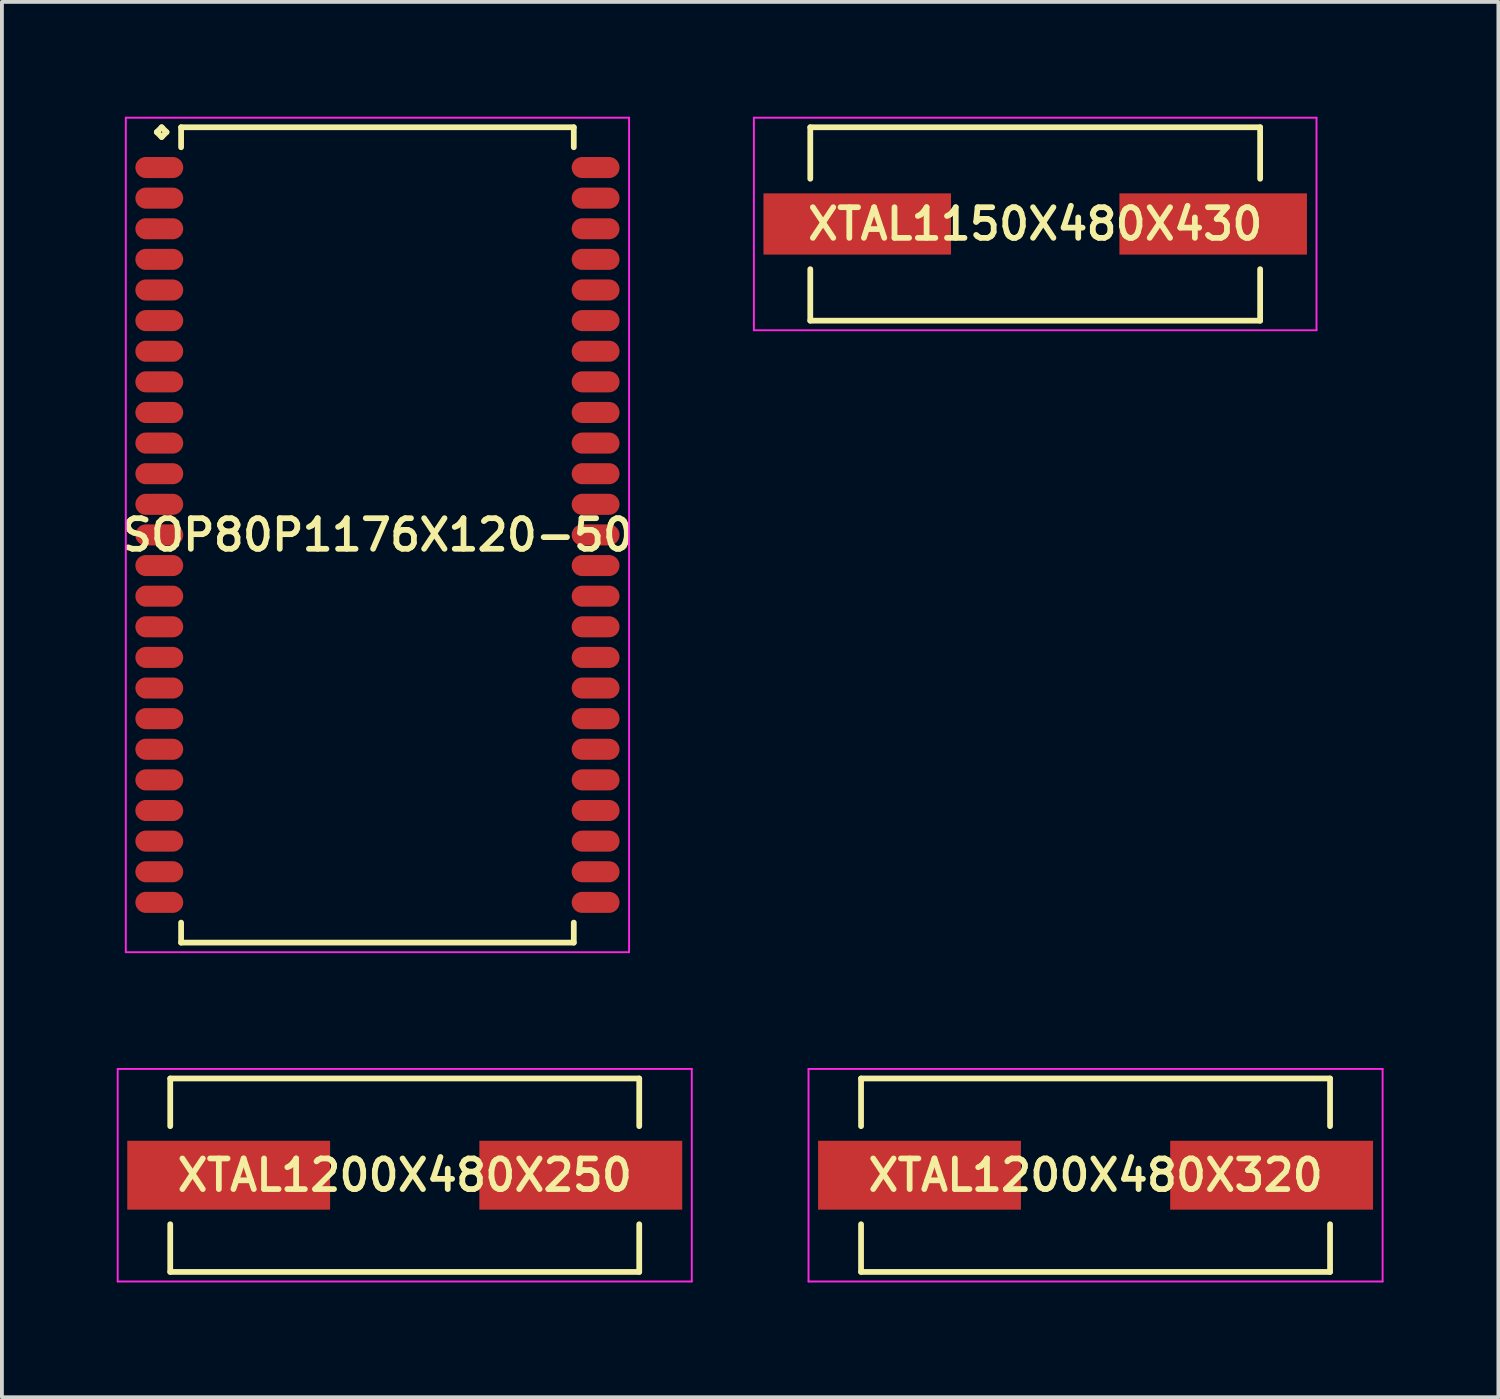
<source format=kicad_pcb>
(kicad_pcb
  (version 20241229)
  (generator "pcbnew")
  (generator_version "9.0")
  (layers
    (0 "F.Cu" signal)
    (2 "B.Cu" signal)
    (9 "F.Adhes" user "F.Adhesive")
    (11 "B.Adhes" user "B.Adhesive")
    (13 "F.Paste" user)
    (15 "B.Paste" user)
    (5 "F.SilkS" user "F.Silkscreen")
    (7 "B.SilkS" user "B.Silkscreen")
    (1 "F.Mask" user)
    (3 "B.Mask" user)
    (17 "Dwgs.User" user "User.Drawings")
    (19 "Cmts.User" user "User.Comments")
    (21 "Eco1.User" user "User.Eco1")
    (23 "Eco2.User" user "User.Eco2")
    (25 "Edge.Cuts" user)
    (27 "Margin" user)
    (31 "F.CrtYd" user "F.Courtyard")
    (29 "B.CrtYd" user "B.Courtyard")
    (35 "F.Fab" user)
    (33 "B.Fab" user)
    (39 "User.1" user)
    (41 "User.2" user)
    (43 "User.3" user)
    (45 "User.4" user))
  (footprint "XTAL1200X480X250"
    (layer "F.Cu")
    (at 7.525 27.656)
    (property "Reference" "XTAL1200X480X250" (at 0 0 0) (layer "F.SilkS") (effects (font (size 0.8 0.8) (thickness 0.15))))
    (attr smd)
    (fp_line (start -6.127 -2.527) (end 6.127 -2.527) (stroke (width 0.15) (type solid)) (layer "F.SilkS"))
    (fp_line (start -6.127 -1.281) (end -6.127 -2.527) (stroke (width 0.15) (type solid)) (layer "F.SilkS"))
    (fp_line (start -6.127 1.281) (end -6.127 2.527) (stroke (width 0.15) (type solid)) (layer "F.SilkS"))
    (fp_line (start -6.127 2.527) (end 6.127 2.527) (stroke (width 0.15) (type solid)) (layer "F.SilkS"))
    (fp_line (start 6.127 -2.527) (end 6.127 -1.281) (stroke (width 0.15) (type solid)) (layer "F.SilkS"))
    (fp_line (start 6.127 2.527) (end 6.127 1.281) (stroke (width 0.15) (type solid)) (layer "F.SilkS"))
    (fp_line (start -7.5 -2.777) (end 7.5 -2.777) (stroke (width 0.05) (type solid)) (layer "F.CrtYd"))
    (fp_line (start -7.5 2.777) (end -7.5 -2.777) (stroke (width 0.05) (type solid)) (layer "F.CrtYd"))
    (fp_line (start 7.5 -2.777) (end 7.5 2.777) (stroke (width 0.05) (type solid)) (layer "F.CrtYd"))
    (fp_line (start 7.5 2.777) (end -7.5 2.777) (stroke (width 0.05) (type solid)) (layer "F.CrtYd"))
    (pad "1" smd rect (at -4.6 0) (size 5.3 1.8) (layers "F.Cu" "F.Mask" "F.Paste"))
    (pad "2" smd rect (at 4.6 0) (size 5.3 1.8) (layers "F.Cu" "F.Mask" "F.Paste")))
  (footprint "XTAL1150X480X430"
    (layer "F.Cu")
    (at 23.998 2.802)
    (property "Reference" "XTAL1150X480X430" (at 0 0 0) (layer "F.SilkS") (effects (font (size 0.8 0.8) (thickness 0.15))))
    (attr smd)
    (fp_line (start -5.877 -2.527) (end 5.877 -2.527) (stroke (width 0.15) (type solid)) (layer "F.SilkS"))
    (fp_line (start -5.877 -1.181) (end -5.877 -2.527) (stroke (width 0.15) (type solid)) (layer "F.SilkS"))
    (fp_line (start -5.877 1.181) (end -5.877 2.527) (stroke (width 0.15) (type solid)) (layer "F.SilkS"))
    (fp_line (start -5.877 2.527) (end 5.877 2.527) (stroke (width 0.15) (type solid)) (layer "F.SilkS"))
    (fp_line (start 5.877 -2.527) (end 5.877 -1.181) (stroke (width 0.15) (type solid)) (layer "F.SilkS"))
    (fp_line (start 5.877 2.527) (end 5.877 1.181) (stroke (width 0.15) (type solid)) (layer "F.SilkS"))
    (fp_line (start -7.35 -2.777) (end 7.35 -2.777) (stroke (width 0.05) (type solid)) (layer "F.CrtYd"))
    (fp_line (start -7.35 2.777) (end -7.35 -2.777) (stroke (width 0.05) (type solid)) (layer "F.CrtYd"))
    (fp_line (start 7.35 -2.777) (end 7.35 2.777) (stroke (width 0.05) (type solid)) (layer "F.CrtYd"))
    (fp_line (start 7.35 2.777) (end -7.35 2.777) (stroke (width 0.05) (type solid)) (layer "F.CrtYd"))
    (pad "1" smd rect (at -4.65 0) (size 4.9 1.6) (layers "F.Cu" "F.Mask" "F.Paste"))
    (pad "2" smd rect (at 4.65 0) (size 4.9 1.6) (layers "F.Cu" "F.Mask" "F.Paste")))
  (footprint "SOP80P1176X120-50"
    (layer "F.Cu")
    (at 6.812 10.927)
    (property "Reference" "SOP80P1176X120-50" (at 0 0 0) (layer "F.SilkS") (effects (font (size 0.8 0.8) (thickness 0.15))))
    (attr smd)
    (fp_line (start -5.765 -10.525) (end -5.638 -10.652) (stroke (width 0.15) (type solid)) (layer "F.SilkS"))
    (fp_line (start -5.638 -10.652) (end -5.511 -10.525) (stroke (width 0.15) (type solid)) (layer "F.SilkS"))
    (fp_line (start -5.638 -10.398) (end -5.765 -10.525) (stroke (width 0.15) (type solid)) (layer "F.SilkS"))
    (fp_line (start -5.511 -10.525) (end -5.638 -10.398) (stroke (width 0.15) (type solid)) (layer "F.SilkS"))
    (fp_line (start -5.13 -10.652) (end 5.13 -10.652) (stroke (width 0.15) (type solid)) (layer "F.SilkS"))
    (fp_line (start -5.13 -10.129) (end -5.13 -10.652) (stroke (width 0.15) (type solid)) (layer "F.SilkS"))
    (fp_line (start -5.13 10.129) (end -5.13 10.652) (stroke (width 0.15) (type solid)) (layer "F.SilkS"))
    (fp_line (start -5.13 10.652) (end 5.13 10.652) (stroke (width 0.15) (type solid)) (layer "F.SilkS"))
    (fp_line (start 5.13 -10.652) (end 5.13 -10.129) (stroke (width 0.15) (type solid)) (layer "F.SilkS"))
    (fp_line (start 5.13 10.652) (end 5.13 10.129) (stroke (width 0.15) (type solid)) (layer "F.SilkS"))
    (fp_line (start -6.575 -10.902) (end 6.575 -10.902) (stroke (width 0.05) (type solid)) (layer "F.CrtYd"))
    (fp_line (start -6.575 10.902) (end -6.575 -10.902) (stroke (width 0.05) (type solid)) (layer "F.CrtYd"))
    (fp_line (start 6.575 -10.902) (end 6.575 10.902) (stroke (width 0.05) (type solid)) (layer "F.CrtYd"))
    (fp_line (start 6.575 10.902) (end -6.575 10.902) (stroke (width 0.05) (type solid)) (layer "F.CrtYd"))
    (pad "1" smd oval (at -5.7 -9.6) (size 1.25 0.55) (layers "F.Cu" "F.Mask" "F.Paste"))
    (pad "2" smd oval (at -5.7 -8.8) (size 1.25 0.55) (layers "F.Cu" "F.Mask" "F.Paste"))
    (pad "3" smd oval (at -5.7 -8) (size 1.25 0.55) (layers "F.Cu" "F.Mask" "F.Paste"))
    (pad "4" smd oval (at -5.7 -7.2) (size 1.25 0.55) (layers "F.Cu" "F.Mask" "F.Paste"))
    (pad "5" smd oval (at -5.7 -6.4) (size 1.25 0.55) (layers "F.Cu" "F.Mask" "F.Paste"))
    (pad "6" smd oval (at -5.7 -5.6) (size 1.25 0.55) (layers "F.Cu" "F.Mask" "F.Paste"))
    (pad "7" smd oval (at -5.7 -4.8) (size 1.25 0.55) (layers "F.Cu" "F.Mask" "F.Paste"))
    (pad "8" smd oval (at -5.7 -4) (size 1.25 0.55) (layers "F.Cu" "F.Mask" "F.Paste"))
    (pad "9" smd oval (at -5.7 -3.2) (size 1.25 0.55) (layers "F.Cu" "F.Mask" "F.Paste"))
    (pad "10" smd oval (at -5.7 -2.4) (size 1.25 0.55) (layers "F.Cu" "F.Mask" "F.Paste"))
    (pad "11" smd oval (at -5.7 -1.6) (size 1.25 0.55) (layers "F.Cu" "F.Mask" "F.Paste"))
    (pad "12" smd oval (at -5.7 -0.8) (size 1.25 0.55) (layers "F.Cu" "F.Mask" "F.Paste"))
    (pad "13" smd oval (at -5.7 0) (size 1.25 0.55) (layers "F.Cu" "F.Mask" "F.Paste"))
    (pad "14" smd oval (at -5.7 0.8) (size 1.25 0.55) (layers "F.Cu" "F.Mask" "F.Paste"))
    (pad "15" smd oval (at -5.7 1.6) (size 1.25 0.55) (layers "F.Cu" "F.Mask" "F.Paste"))
    (pad "16" smd oval (at -5.7 2.4) (size 1.25 0.55) (layers "F.Cu" "F.Mask" "F.Paste"))
    (pad "17" smd oval (at -5.7 3.2) (size 1.25 0.55) (layers "F.Cu" "F.Mask" "F.Paste"))
    (pad "18" smd oval (at -5.7 4) (size 1.25 0.55) (layers "F.Cu" "F.Mask" "F.Paste"))
    (pad "19" smd oval (at -5.7 4.8) (size 1.25 0.55) (layers "F.Cu" "F.Mask" "F.Paste"))
    (pad "20" smd oval (at -5.7 5.6) (size 1.25 0.55) (layers "F.Cu" "F.Mask" "F.Paste"))
    (pad "21" smd oval (at -5.7 6.4) (size 1.25 0.55) (layers "F.Cu" "F.Mask" "F.Paste"))
    (pad "22" smd oval (at -5.7 7.2) (size 1.25 0.55) (layers "F.Cu" "F.Mask" "F.Paste"))
    (pad "23" smd oval (at -5.7 8) (size 1.25 0.55) (layers "F.Cu" "F.Mask" "F.Paste"))
    (pad "24" smd oval (at -5.7 8.8) (size 1.25 0.55) (layers "F.Cu" "F.Mask" "F.Paste"))
    (pad "25" smd oval (at -5.7 9.6) (size 1.25 0.55) (layers "F.Cu" "F.Mask" "F.Paste"))
    (pad "26" smd oval (at 5.7 9.6) (size 1.25 0.55) (layers "F.Cu" "F.Mask" "F.Paste"))
    (pad "27" smd oval (at 5.7 8.8) (size 1.25 0.55) (layers "F.Cu" "F.Mask" "F.Paste"))
    (pad "28" smd oval (at 5.7 8) (size 1.25 0.55) (layers "F.Cu" "F.Mask" "F.Paste"))
    (pad "29" smd oval (at 5.7 7.2) (size 1.25 0.55) (layers "F.Cu" "F.Mask" "F.Paste"))
    (pad "30" smd oval (at 5.7 6.4) (size 1.25 0.55) (layers "F.Cu" "F.Mask" "F.Paste"))
    (pad "31" smd oval (at 5.7 5.6) (size 1.25 0.55) (layers "F.Cu" "F.Mask" "F.Paste"))
    (pad "32" smd oval (at 5.7 4.8) (size 1.25 0.55) (layers "F.Cu" "F.Mask" "F.Paste"))
    (pad "33" smd oval (at 5.7 4) (size 1.25 0.55) (layers "F.Cu" "F.Mask" "F.Paste"))
    (pad "34" smd oval (at 5.7 3.2) (size 1.25 0.55) (layers "F.Cu" "F.Mask" "F.Paste"))
    (pad "35" smd oval (at 5.7 2.4) (size 1.25 0.55) (layers "F.Cu" "F.Mask" "F.Paste"))
    (pad "36" smd oval (at 5.7 1.6) (size 1.25 0.55) (layers "F.Cu" "F.Mask" "F.Paste"))
    (pad "37" smd oval (at 5.7 0.8) (size 1.25 0.55) (layers "F.Cu" "F.Mask" "F.Paste"))
    (pad "38" smd oval (at 5.7 0) (size 1.25 0.55) (layers "F.Cu" "F.Mask" "F.Paste"))
    (pad "39" smd oval (at 5.7 -0.8) (size 1.25 0.55) (layers "F.Cu" "F.Mask" "F.Paste"))
    (pad "40" smd oval (at 5.7 -1.6) (size 1.25 0.55) (layers "F.Cu" "F.Mask" "F.Paste"))
    (pad "41" smd oval (at 5.7 -2.4) (size 1.25 0.55) (layers "F.Cu" "F.Mask" "F.Paste"))
    (pad "42" smd oval (at 5.7 -3.2) (size 1.25 0.55) (layers "F.Cu" "F.Mask" "F.Paste"))
    (pad "43" smd oval (at 5.7 -4) (size 1.25 0.55) (layers "F.Cu" "F.Mask" "F.Paste"))
    (pad "44" smd oval (at 5.7 -4.8) (size 1.25 0.55) (layers "F.Cu" "F.Mask" "F.Paste"))
    (pad "45" smd oval (at 5.7 -5.6) (size 1.25 0.55) (layers "F.Cu" "F.Mask" "F.Paste"))
    (pad "46" smd oval (at 5.7 -6.4) (size 1.25 0.55) (layers "F.Cu" "F.Mask" "F.Paste"))
    (pad "47" smd oval (at 5.7 -7.2) (size 1.25 0.55) (layers "F.Cu" "F.Mask" "F.Paste"))
    (pad "48" smd oval (at 5.7 -8) (size 1.25 0.55) (layers "F.Cu" "F.Mask" "F.Paste"))
    (pad "49" smd oval (at 5.7 -8.8) (size 1.25 0.55) (layers "F.Cu" "F.Mask" "F.Paste"))
    (pad "50" smd oval (at 5.7 -9.6) (size 1.25 0.55) (layers "F.Cu" "F.Mask" "F.Paste")))
  (footprint "XTAL1200X480X320"
    (layer "F.Cu")
    (at 25.575 27.656)
    (property "Reference" "XTAL1200X480X320" (at 0 0 0) (layer "F.SilkS") (effects (font (size 0.8 0.8) (thickness 0.15))))
    (attr smd)
    (fp_line (start -6.127 -2.527) (end 6.127 -2.527) (stroke (width 0.15) (type solid)) (layer "F.SilkS"))
    (fp_line (start -6.127 -1.281) (end -6.127 -2.527) (stroke (width 0.15) (type solid)) (layer "F.SilkS"))
    (fp_line (start -6.127 1.281) (end -6.127 2.527) (stroke (width 0.15) (type solid)) (layer "F.SilkS"))
    (fp_line (start -6.127 2.527) (end 6.127 2.527) (stroke (width 0.15) (type solid)) (layer "F.SilkS"))
    (fp_line (start 6.127 -2.527) (end 6.127 -1.281) (stroke (width 0.15) (type solid)) (layer "F.SilkS"))
    (fp_line (start 6.127 2.527) (end 6.127 1.281) (stroke (width 0.15) (type solid)) (layer "F.SilkS"))
    (fp_line (start -7.5 -2.777) (end 7.5 -2.777) (stroke (width 0.05) (type solid)) (layer "F.CrtYd"))
    (fp_line (start -7.5 2.777) (end -7.5 -2.777) (stroke (width 0.05) (type solid)) (layer "F.CrtYd"))
    (fp_line (start 7.5 -2.777) (end 7.5 2.777) (stroke (width 0.05) (type solid)) (layer "F.CrtYd"))
    (fp_line (start 7.5 2.777) (end -7.5 2.777) (stroke (width 0.05) (type solid)) (layer "F.CrtYd"))
    (pad "1" smd rect (at -4.6 0) (size 5.3 1.8) (layers "F.Cu" "F.Mask" "F.Paste"))
    (pad "2" smd rect (at 4.6 0) (size 5.3 1.8) (layers "F.Cu" "F.Mask" "F.Paste")))
  (gr_rect
    (start -3 -3)
    (end 36.1 33.458)
    (stroke (width 0.1) (type default))
    (fill no)
    (layer "Edge.Cuts")))
</source>
